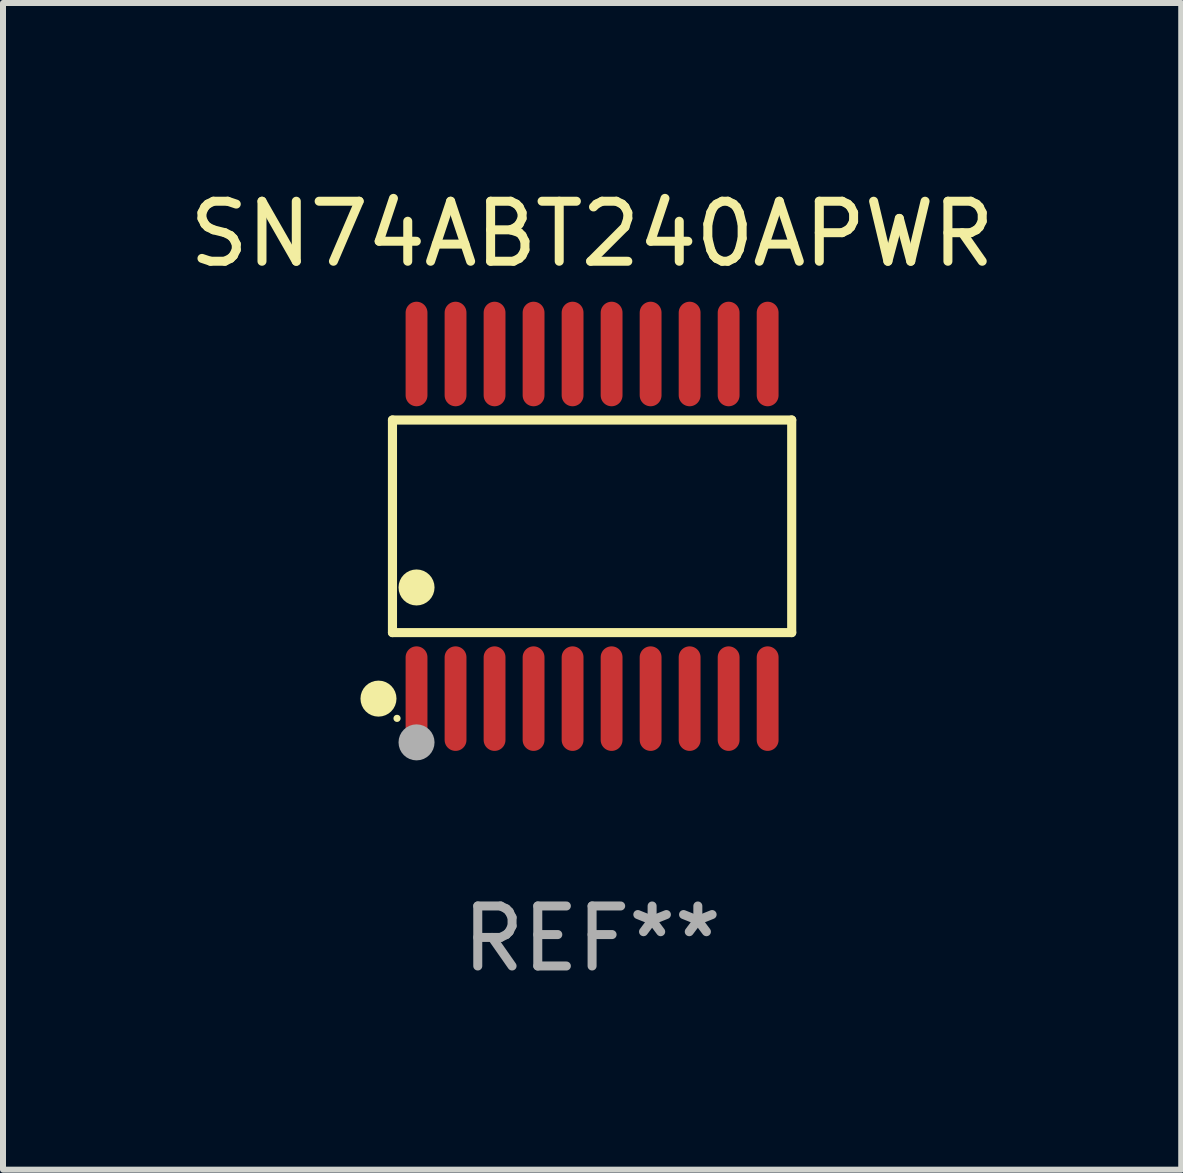
<source format=kicad_pcb>
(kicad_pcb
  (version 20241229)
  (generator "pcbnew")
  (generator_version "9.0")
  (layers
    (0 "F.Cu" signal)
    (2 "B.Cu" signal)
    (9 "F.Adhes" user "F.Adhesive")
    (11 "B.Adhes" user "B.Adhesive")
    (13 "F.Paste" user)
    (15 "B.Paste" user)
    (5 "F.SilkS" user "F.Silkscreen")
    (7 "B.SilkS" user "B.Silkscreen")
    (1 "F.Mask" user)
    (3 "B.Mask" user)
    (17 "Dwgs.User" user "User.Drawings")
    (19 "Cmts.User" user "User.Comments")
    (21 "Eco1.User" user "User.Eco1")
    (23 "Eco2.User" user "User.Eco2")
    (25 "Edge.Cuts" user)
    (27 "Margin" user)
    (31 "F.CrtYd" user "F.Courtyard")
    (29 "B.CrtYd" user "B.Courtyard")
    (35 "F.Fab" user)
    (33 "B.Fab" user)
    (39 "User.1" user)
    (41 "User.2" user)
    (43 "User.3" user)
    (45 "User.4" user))
  (footprint "SN74ABT240APWR"
    (layer "F.Cu")
    (at 6.815 5.719)
    (property "Reference" "SN74ABT240APWR" (at 0 -4.871 0) (layer "F.SilkS") (effects (font (size 1 1) (thickness 0.15))))
    (attr through_hole)
    (fp_line (start -3.326 -1.771) (end 3.326 -1.771) (stroke (width 0.152) (type solid)) (layer "F.SilkS"))
    (fp_line (start -3.326 1.771) (end -3.326 -1.771) (stroke (width 0.152) (type solid)) (layer "F.SilkS"))
    (fp_line (start 3.326 -1.771) (end 3.326 1.771) (stroke (width 0.152) (type solid)) (layer "F.SilkS"))
    (fp_line (start 3.326 1.771) (end -3.326 1.771) (stroke (width 0.152) (type solid)) (layer "F.SilkS"))
    (fp_circle (center -3.559 2.871) (end -3.409 2.871) (stroke (width 0.3) (type solid)) (fill no) (layer "F.SilkS"))
    (fp_circle (center -3.25 3.2) (end -3.22 3.2) (stroke (width 0.06) (type solid)) (fill no) (layer "F.SilkS"))
    (fp_circle (center -2.925 1.019) (end -2.775 1.019) (stroke (width 0.3) (type solid)) (fill no) (layer "F.SilkS"))
    (fp_circle (center -2.925 3.6) (end -2.775 3.6) (stroke (width 0.3) (type solid)) (fill no) (layer "F.Fab"))
    (fp_text user "REF**" (at 0 6.871 0) (layer "F.Fab") (effects (font (size 1 1) (thickness 0.15))))
    (pad "1" smd oval (at -2.925 2.871) (size 0.364 1.742) (layers "F.Cu" "F.Mask" "F.Paste"))
    (pad "2" smd oval (at -2.275 2.871) (size 0.364 1.742) (layers "F.Cu" "F.Mask" "F.Paste"))
    (pad "3" smd oval (at -1.625 2.871) (size 0.364 1.742) (layers "F.Cu" "F.Mask" "F.Paste"))
    (pad "4" smd oval (at -0.975 2.871) (size 0.364 1.742) (layers "F.Cu" "F.Mask" "F.Paste"))
    (pad "5" smd oval (at -0.325 2.871) (size 0.364 1.742) (layers "F.Cu" "F.Mask" "F.Paste"))
    (pad "6" smd oval (at 0.325 2.871) (size 0.364 1.742) (layers "F.Cu" "F.Mask" "F.Paste"))
    (pad "7" smd oval (at 0.975 2.871) (size 0.364 1.742) (layers "F.Cu" "F.Mask" "F.Paste"))
    (pad "8" smd oval (at 1.625 2.871) (size 0.364 1.742) (layers "F.Cu" "F.Mask" "F.Paste"))
    (pad "9" smd oval (at 2.275 2.871) (size 0.364 1.742) (layers "F.Cu" "F.Mask" "F.Paste"))
    (pad "10" smd oval (at 2.925 2.871) (size 0.364 1.742) (layers "F.Cu" "F.Mask" "F.Paste"))
    (pad "11" smd oval (at 2.925 -2.871) (size 0.364 1.742) (layers "F.Cu" "F.Mask" "F.Paste"))
    (pad "12" smd oval (at 2.275 -2.871) (size 0.364 1.742) (layers "F.Cu" "F.Mask" "F.Paste"))
    (pad "13" smd oval (at 1.625 -2.871) (size 0.364 1.742) (layers "F.Cu" "F.Mask" "F.Paste"))
    (pad "14" smd oval (at 0.975 -2.871) (size 0.364 1.742) (layers "F.Cu" "F.Mask" "F.Paste"))
    (pad "15" smd oval (at 0.325 -2.871) (size 0.364 1.742) (layers "F.Cu" "F.Mask" "F.Paste"))
    (pad "16" smd oval (at -0.325 -2.871) (size 0.364 1.742) (layers "F.Cu" "F.Mask" "F.Paste"))
    (pad "17" smd oval (at -0.975 -2.871) (size 0.364 1.742) (layers "F.Cu" "F.Mask" "F.Paste"))
    (pad "18" smd oval (at -1.625 -2.871) (size 0.364 1.742) (layers "F.Cu" "F.Mask" "F.Paste"))
    (pad "19" smd oval (at -2.275 -2.871) (size 0.364 1.742) (layers "F.Cu" "F.Mask" "F.Paste"))
    (pad "20" smd oval (at -2.925 -2.871) (size 0.364 1.742) (layers "F.Cu" "F.Mask" "F.Paste")))
  (gr_rect
    (start -3 -3)
    (end 16.631 16.438)
    (stroke (width 0.1) (type default))
    (fill no)
    (layer "Edge.Cuts")))
</source>
